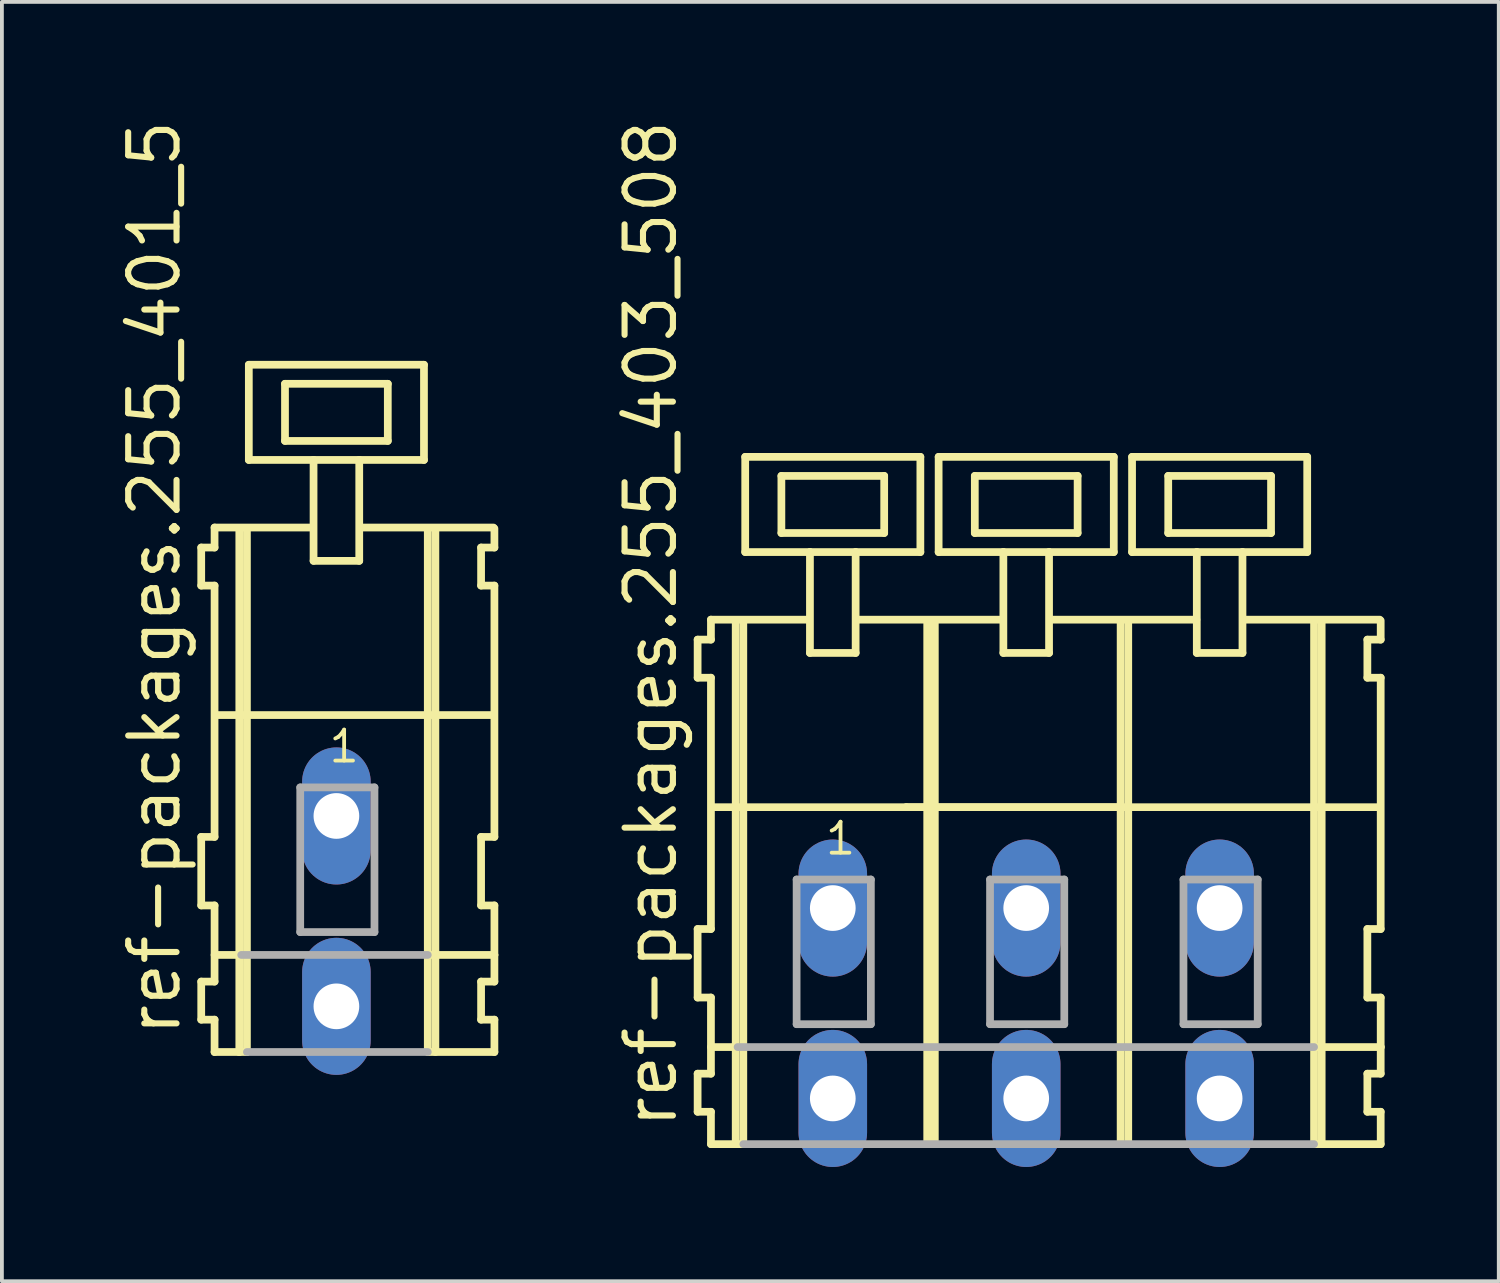
<source format=kicad_pcb>
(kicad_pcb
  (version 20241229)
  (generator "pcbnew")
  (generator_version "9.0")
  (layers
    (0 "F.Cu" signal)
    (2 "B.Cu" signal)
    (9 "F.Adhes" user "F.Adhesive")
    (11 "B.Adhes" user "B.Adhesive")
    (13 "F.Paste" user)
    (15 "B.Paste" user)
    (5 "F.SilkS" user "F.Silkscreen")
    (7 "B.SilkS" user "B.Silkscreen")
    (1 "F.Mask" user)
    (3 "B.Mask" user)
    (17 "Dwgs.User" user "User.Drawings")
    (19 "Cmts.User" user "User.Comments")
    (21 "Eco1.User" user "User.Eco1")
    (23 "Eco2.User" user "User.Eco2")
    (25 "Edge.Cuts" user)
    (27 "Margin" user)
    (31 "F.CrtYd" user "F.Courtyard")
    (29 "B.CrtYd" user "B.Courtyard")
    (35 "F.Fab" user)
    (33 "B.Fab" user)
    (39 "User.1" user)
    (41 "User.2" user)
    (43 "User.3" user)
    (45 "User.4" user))
  (footprint "ref-packages.255_401_5"
    (layer "F.Cu")
    (at 8.285 18.38)
    (property "Reference" "ref-packages.255_401_5" (at -6.535 5.855 90) (layer "F.SilkS") (effects (font (size 1.27 1.27) (thickness 0.16)) (justify left bottom)))
    (attr through_hole)
    (fp_line (start -6.05 -7.05) (end -6.05 -6.05) (stroke (width 0.203) (type default)) (layer "F.SilkS"))
    (fp_line (start -6.05 -6.05) (end -5.7 -6.05) (stroke (width 0.203) (type default)) (layer "F.SilkS"))
    (fp_line (start -6.05 0.55) (end -6.05 2.35) (stroke (width 0.203) (type default)) (layer "F.SilkS"))
    (fp_line (start -6.05 2.35) (end -5.7 2.35) (stroke (width 0.203) (type default)) (layer "F.SilkS"))
    (fp_line (start -6.05 4.35) (end -6.05 5.35) (stroke (width 0.203) (type default)) (layer "F.SilkS"))
    (fp_line (start -6.05 5.35) (end -5.7 5.35) (stroke (width 0.203) (type default)) (layer "F.SilkS"))
    (fp_line (start -5.7 -7.575) (end -5.7 -7.05) (stroke (width 0.203) (type default)) (layer "F.SilkS"))
    (fp_line (start -5.7 -7.575) (end -3.125 -7.575) (stroke (width 0.203) (type default)) (layer "F.SilkS"))
    (fp_line (start -5.7 -7.05) (end -6.05 -7.05) (stroke (width 0.203) (type default)) (layer "F.SilkS"))
    (fp_line (start -5.7 -6.05) (end -5.7 0.55) (stroke (width 0.203) (type default)) (layer "F.SilkS"))
    (fp_line (start -5.7 0.55) (end -6.05 0.55) (stroke (width 0.203) (type default)) (layer "F.SilkS"))
    (fp_line (start -5.7 2.35) (end -5.7 4.35) (stroke (width 0.203) (type default)) (layer "F.SilkS"))
    (fp_line (start -5.7 3.65) (end -5 3.65) (stroke (width 0.203) (type default)) (layer "F.SilkS"))
    (fp_line (start -5.7 4.35) (end -6.05 4.35) (stroke (width 0.203) (type default)) (layer "F.SilkS"))
    (fp_line (start -5.7 5.35) (end -5.7 6.2) (stroke (width 0.203) (type default)) (layer "F.SilkS"))
    (fp_line (start -5.7 6.2) (end -5.05 6.2) (stroke (width 0.203) (type default)) (layer "F.SilkS"))
    (fp_line (start -5.65 -2.65) (end -0.1 -2.65) (stroke (width 0.203) (type default)) (layer "F.SilkS"))
    (fp_line (start -5.05 -7.55) (end -5.05 6.2) (stroke (width 0.203) (type default)) (layer "F.SilkS"))
    (fp_line (start -5.05 6.2) (end -4.85 6.2) (stroke (width 0.203) (type default)) (layer "F.SilkS"))
    (fp_line (start -4.85 -7.55) (end -4.85 6.2) (stroke (width 0.203) (type default)) (layer "F.SilkS"))
    (fp_line (start -4.8 -11.85) (end -4.8 -9.35) (stroke (width 0.203) (type default)) (layer "F.SilkS"))
    (fp_line (start -4.8 -9.35) (end -3.1 -9.35) (stroke (width 0.203) (type default)) (layer "F.SilkS"))
    (fp_line (start -3.85 -11.35) (end -3.85 -9.85) (stroke (width 0.203) (type default)) (layer "F.SilkS"))
    (fp_line (start -3.85 -9.85) (end -1.15 -9.85) (stroke (width 0.203) (type default)) (layer "F.SilkS"))
    (fp_line (start -3.1 -9.35) (end -3.1 -6.7) (stroke (width 0.203) (type default)) (layer "F.SilkS"))
    (fp_line (start -3.1 -9.35) (end -1.9 -9.35) (stroke (width 0.203) (type default)) (layer "F.SilkS"))
    (fp_line (start -3.1 -6.7) (end -1.9 -6.7) (stroke (width 0.203) (type default)) (layer "F.SilkS"))
    (fp_line (start -1.9 -9.35) (end -0.2 -9.35) (stroke (width 0.203) (type default)) (layer "F.SilkS"))
    (fp_line (start -1.9 -6.7) (end -1.9 -9.35) (stroke (width 0.203) (type default)) (layer "F.SilkS"))
    (fp_line (start -1.875 -7.575) (end 1.625 -7.575) (stroke (width 0.203) (type default)) (layer "F.SilkS"))
    (fp_line (start -1.15 -11.35) (end -3.85 -11.35) (stroke (width 0.203) (type default)) (layer "F.SilkS"))
    (fp_line (start -1.15 -9.85) (end -1.15 -11.35) (stroke (width 0.203) (type default)) (layer "F.SilkS"))
    (fp_line (start -0.2 -11.85) (end -4.8 -11.85) (stroke (width 0.203) (type default)) (layer "F.SilkS"))
    (fp_line (start -0.2 -9.35) (end -0.2 -11.85) (stroke (width 0.203) (type default)) (layer "F.SilkS"))
    (fp_line (start -0.1 -7.55) (end -0.1 -2.65) (stroke (width 0.203) (type default)) (layer "F.SilkS"))
    (fp_line (start -0.1 -2.65) (end -0.1 6.2) (stroke (width 0.203) (type default)) (layer "F.SilkS"))
    (fp_line (start -0.1 -2.65) (end 1.6 -2.65) (stroke (width 0.203) (type default)) (layer "F.SilkS"))
    (fp_line (start -0.1 6.2) (end 1.65 6.2) (stroke (width 0.203) (type default)) (layer "F.SilkS"))
    (fp_line (start -0.05 3.65) (end 1.65 3.65) (stroke (width 0.203) (type default)) (layer "F.SilkS"))
    (fp_line (start 0.1 -7.55) (end 0.1 6.2) (stroke (width 0.203) (type default)) (layer "F.SilkS"))
    (fp_line (start 1.3 -7.05) (end 1.3 -6.05) (stroke (width 0.203) (type default)) (layer "F.SilkS"))
    (fp_line (start 1.3 -6.05) (end 1.65 -6.05) (stroke (width 0.203) (type default)) (layer "F.SilkS"))
    (fp_line (start 1.3 0.55) (end 1.3 2.35) (stroke (width 0.203) (type default)) (layer "F.SilkS"))
    (fp_line (start 1.3 2.35) (end 1.65 2.35) (stroke (width 0.203) (type default)) (layer "F.SilkS"))
    (fp_line (start 1.3 4.35) (end 1.3 5.35) (stroke (width 0.203) (type default)) (layer "F.SilkS"))
    (fp_line (start 1.3 5.35) (end 1.65 5.35) (stroke (width 0.203) (type default)) (layer "F.SilkS"))
    (fp_line (start 1.65 -7.05) (end 1.3 -7.05) (stroke (width 0.203) (type default)) (layer "F.SilkS"))
    (fp_line (start 1.65 -7.05) (end 1.65 -7.55) (stroke (width 0.203) (type default)) (layer "F.SilkS"))
    (fp_line (start 1.65 0.55) (end 1.3 0.55) (stroke (width 0.203) (type default)) (layer "F.SilkS"))
    (fp_line (start 1.65 0.55) (end 1.65 -6.05) (stroke (width 0.203) (type default)) (layer "F.SilkS"))
    (fp_line (start 1.65 3.65) (end 1.65 2.35) (stroke (width 0.203) (type default)) (layer "F.SilkS"))
    (fp_line (start 1.65 4.35) (end 1.3 4.35) (stroke (width 0.203) (type default)) (layer "F.SilkS"))
    (fp_line (start 1.65 4.35) (end 1.65 3.65) (stroke (width 0.203) (type default)) (layer "F.SilkS"))
    (fp_line (start 1.65 6.2) (end 1.65 5.35) (stroke (width 0.203) (type default)) (layer "F.SilkS"))
    (fp_line (start -5 3.65) (end -0.1 3.65) (stroke (width 0.203) (type default)) (layer "F.Fab"))
    (fp_line (start -4.85 6.2) (end -0.1 6.2) (stroke (width 0.203) (type default)) (layer "F.Fab"))
    (fp_line (start -3.45 -0.75) (end -3.45 3.05) (stroke (width 0.203) (type default)) (layer "F.Fab"))
    (fp_line (start -3.45 3.05) (end -1.5 3.05) (stroke (width 0.203) (type default)) (layer "F.Fab"))
    (fp_line (start -1.5 -0.75) (end -3.45 -0.75) (stroke (width 0.203) (type default)) (layer "F.Fab"))
    (fp_line (start -1.5 3.05) (end -1.5 -0.75) (stroke (width 0.203) (type default)) (layer "F.Fab"))
    (fp_text user "1" (at -2.75 -1.35 0) (layer "F.SilkS") (effects (font (size 0.813 0.813) (thickness 0.1)) (justify left bottom)))
    (pad "A1" thru_hole oval (at -2.5 0 90) (size 3.6 1.8) (drill 1.2) (layers "*.Cu" "*.Mask"))
    (pad "B1" thru_hole oval (at -2.5 5 90) (size 3.6 1.8) (drill 1.2) (layers "*.Cu" "*.Mask")))
  (footprint "ref-packages.255_403_508"
    (layer "F.Cu")
    (at 21.362 20.799)
    (property "Reference" "ref-packages.255_403_508" (at -6.575 5.855 90) (layer "F.SilkS") (effects (font (size 1.27 1.27) (thickness 0.16)) (justify left bottom)))
    (attr through_hole)
    (fp_line (start -6.09 -7.05) (end -6.09 -6.05) (stroke (width 0.203) (type default)) (layer "F.SilkS"))
    (fp_line (start -6.09 -6.05) (end -5.74 -6.05) (stroke (width 0.203) (type default)) (layer "F.SilkS"))
    (fp_line (start -6.09 0.55) (end -6.09 2.35) (stroke (width 0.203) (type default)) (layer "F.SilkS"))
    (fp_line (start -6.09 2.35) (end -5.74 2.35) (stroke (width 0.203) (type default)) (layer "F.SilkS"))
    (fp_line (start -6.09 4.35) (end -6.09 5.35) (stroke (width 0.203) (type default)) (layer "F.SilkS"))
    (fp_line (start -6.09 5.35) (end -5.74 5.35) (stroke (width 0.203) (type default)) (layer "F.SilkS"))
    (fp_line (start -5.74 -7.575) (end -5.74 -7.05) (stroke (width 0.203) (type default)) (layer "F.SilkS"))
    (fp_line (start -5.74 -7.575) (end -3.165 -7.575) (stroke (width 0.203) (type default)) (layer "F.SilkS"))
    (fp_line (start -5.74 -7.05) (end -6.09 -7.05) (stroke (width 0.203) (type default)) (layer "F.SilkS"))
    (fp_line (start -5.74 -6.05) (end -5.74 0.55) (stroke (width 0.203) (type default)) (layer "F.SilkS"))
    (fp_line (start -5.74 0.55) (end -6.09 0.55) (stroke (width 0.203) (type default)) (layer "F.SilkS"))
    (fp_line (start -5.74 2.35) (end -5.74 4.35) (stroke (width 0.203) (type default)) (layer "F.SilkS"))
    (fp_line (start -5.74 3.65) (end -5.04 3.65) (stroke (width 0.203) (type default)) (layer "F.SilkS"))
    (fp_line (start -5.74 4.35) (end -6.09 4.35) (stroke (width 0.203) (type default)) (layer "F.SilkS"))
    (fp_line (start -5.74 5.35) (end -5.74 6.2) (stroke (width 0.203) (type default)) (layer "F.SilkS"))
    (fp_line (start -5.74 6.2) (end -5.09 6.2) (stroke (width 0.203) (type default)) (layer "F.SilkS"))
    (fp_line (start -5.69 -2.65) (end -0.61 -2.65) (stroke (width 0.203) (type default)) (layer "F.SilkS"))
    (fp_line (start -5.09 -7.55) (end -5.09 6.2) (stroke (width 0.203) (type default)) (layer "F.SilkS"))
    (fp_line (start -5.09 6.2) (end -4.89 6.2) (stroke (width 0.203) (type default)) (layer "F.SilkS"))
    (fp_line (start -4.89 -7.55) (end -4.89 6.2) (stroke (width 0.203) (type default)) (layer "F.SilkS"))
    (fp_line (start -4.84 -11.85) (end -4.84 -9.35) (stroke (width 0.203) (type default)) (layer "F.SilkS"))
    (fp_line (start -4.84 -9.35) (end -3.14 -9.35) (stroke (width 0.203) (type default)) (layer "F.SilkS"))
    (fp_line (start -3.89 -11.35) (end -3.89 -9.85) (stroke (width 0.203) (type default)) (layer "F.SilkS"))
    (fp_line (start -3.89 -9.85) (end -1.19 -9.85) (stroke (width 0.203) (type default)) (layer "F.SilkS"))
    (fp_line (start -3.14 -9.35) (end -3.14 -6.7) (stroke (width 0.203) (type default)) (layer "F.SilkS"))
    (fp_line (start -3.14 -9.35) (end -1.94 -9.35) (stroke (width 0.203) (type default)) (layer "F.SilkS"))
    (fp_line (start -3.14 -6.7) (end -1.94 -6.7) (stroke (width 0.203) (type default)) (layer "F.SilkS"))
    (fp_line (start -1.94 -9.35) (end -0.24 -9.35) (stroke (width 0.203) (type default)) (layer "F.SilkS"))
    (fp_line (start -1.94 -6.7) (end -1.94 -9.35) (stroke (width 0.203) (type default)) (layer "F.SilkS"))
    (fp_line (start -1.915 -7.575) (end 1.919 -7.575) (stroke (width 0.203) (type default)) (layer "F.SilkS"))
    (fp_line (start -1.19 -11.35) (end -3.89 -11.35) (stroke (width 0.203) (type default)) (layer "F.SilkS"))
    (fp_line (start -1.19 -9.85) (end -1.19 -11.35) (stroke (width 0.203) (type default)) (layer "F.SilkS"))
    (fp_line (start -0.61 -2.65) (end -0.06 -2.65) (stroke (width 0.203) (type default)) (layer "F.SilkS"))
    (fp_line (start -0.61 -2.65) (end 5.02 -2.65) (stroke (width 0.203) (type default)) (layer "F.SilkS"))
    (fp_line (start -0.24 -11.85) (end -4.84 -11.85) (stroke (width 0.203) (type default)) (layer "F.SilkS"))
    (fp_line (start -0.24 -9.35) (end -0.24 -11.85) (stroke (width 0.203) (type default)) (layer "F.SilkS"))
    (fp_line (start -0.06 -7.55) (end -0.06 -2.65) (stroke (width 0.203) (type default)) (layer "F.SilkS"))
    (fp_line (start -0.06 -2.65) (end -0.06 6.2) (stroke (width 0.203) (type default)) (layer "F.SilkS"))
    (fp_line (start -0.06 -2.65) (end 5.02 -2.65) (stroke (width 0.203) (type default)) (layer "F.SilkS"))
    (fp_line (start 0.14 -7.55) (end 0.14 6.2) (stroke (width 0.203) (type default)) (layer "F.SilkS"))
    (fp_line (start 0.24 -11.85) (end 0.24 -9.35) (stroke (width 0.203) (type default)) (layer "F.SilkS"))
    (fp_line (start 0.24 -9.35) (end 1.94 -9.35) (stroke (width 0.203) (type default)) (layer "F.SilkS"))
    (fp_line (start 1.19 -11.35) (end 1.19 -9.85) (stroke (width 0.203) (type default)) (layer "F.SilkS"))
    (fp_line (start 1.19 -9.85) (end 3.89 -9.85) (stroke (width 0.203) (type default)) (layer "F.SilkS"))
    (fp_line (start 1.94 -9.35) (end 1.94 -6.7) (stroke (width 0.203) (type default)) (layer "F.SilkS"))
    (fp_line (start 1.94 -9.35) (end 3.14 -9.35) (stroke (width 0.203) (type default)) (layer "F.SilkS"))
    (fp_line (start 1.94 -6.7) (end 3.14 -6.7) (stroke (width 0.203) (type default)) (layer "F.SilkS"))
    (fp_line (start 3.14 -9.35) (end 4.84 -9.35) (stroke (width 0.203) (type default)) (layer "F.SilkS"))
    (fp_line (start 3.14 -6.7) (end 3.14 -9.35) (stroke (width 0.203) (type default)) (layer "F.SilkS"))
    (fp_line (start 3.165 -7.575) (end 7.01 -7.575) (stroke (width 0.203) (type default)) (layer "F.SilkS"))
    (fp_line (start 3.89 -11.35) (end 1.19 -11.35) (stroke (width 0.203) (type default)) (layer "F.SilkS"))
    (fp_line (start 3.89 -9.85) (end 3.89 -11.35) (stroke (width 0.203) (type default)) (layer "F.SilkS"))
    (fp_line (start 4.84 -11.85) (end 0.24 -11.85) (stroke (width 0.203) (type default)) (layer "F.SilkS"))
    (fp_line (start 4.84 -9.35) (end 4.84 -11.85) (stroke (width 0.203) (type default)) (layer "F.SilkS"))
    (fp_line (start 5.02 -7.55) (end 5.02 -2.65) (stroke (width 0.203) (type default)) (layer "F.SilkS"))
    (fp_line (start 5.02 -2.65) (end 5.02 6.2) (stroke (width 0.203) (type default)) (layer "F.SilkS"))
    (fp_line (start 5.02 -2.65) (end 10.1 -2.65) (stroke (width 0.203) (type default)) (layer "F.SilkS"))
    (fp_line (start 5.22 -7.55) (end 5.22 6.2) (stroke (width 0.203) (type default)) (layer "F.SilkS"))
    (fp_line (start 5.32 -11.85) (end 5.32 -9.35) (stroke (width 0.203) (type default)) (layer "F.SilkS"))
    (fp_line (start 5.32 -9.35) (end 7.02 -9.35) (stroke (width 0.203) (type default)) (layer "F.SilkS"))
    (fp_line (start 6.27 -11.35) (end 6.27 -9.85) (stroke (width 0.203) (type default)) (layer "F.SilkS"))
    (fp_line (start 6.27 -9.85) (end 8.97 -9.85) (stroke (width 0.203) (type default)) (layer "F.SilkS"))
    (fp_line (start 7.02 -9.35) (end 7.02 -6.7) (stroke (width 0.203) (type default)) (layer "F.SilkS"))
    (fp_line (start 7.02 -9.35) (end 8.22 -9.35) (stroke (width 0.203) (type default)) (layer "F.SilkS"))
    (fp_line (start 7.02 -6.7) (end 8.22 -6.7) (stroke (width 0.203) (type default)) (layer "F.SilkS"))
    (fp_line (start 8.22 -9.35) (end 9.92 -9.35) (stroke (width 0.203) (type default)) (layer "F.SilkS"))
    (fp_line (start 8.22 -6.7) (end 8.22 -9.35) (stroke (width 0.203) (type default)) (layer "F.SilkS"))
    (fp_line (start 8.23 -7.575) (end 11.825 -7.575) (stroke (width 0.203) (type default)) (layer "F.SilkS"))
    (fp_line (start 8.97 -11.35) (end 6.27 -11.35) (stroke (width 0.203) (type default)) (layer "F.SilkS"))
    (fp_line (start 8.97 -9.85) (end 8.97 -11.35) (stroke (width 0.203) (type default)) (layer "F.SilkS"))
    (fp_line (start 9.92 -11.85) (end 5.32 -11.85) (stroke (width 0.203) (type default)) (layer "F.SilkS"))
    (fp_line (start 9.92 -9.35) (end 9.92 -11.85) (stroke (width 0.203) (type default)) (layer "F.SilkS"))
    (fp_line (start 10.1 -7.55) (end 10.1 -2.65) (stroke (width 0.203) (type default)) (layer "F.SilkS"))
    (fp_line (start 10.1 -2.65) (end 10.1 6.2) (stroke (width 0.203) (type default)) (layer "F.SilkS"))
    (fp_line (start 10.1 -2.65) (end 11.8 -2.65) (stroke (width 0.203) (type default)) (layer "F.SilkS"))
    (fp_line (start 10.1 6.2) (end 11.85 6.2) (stroke (width 0.203) (type default)) (layer "F.SilkS"))
    (fp_line (start 10.15 3.65) (end 11.85 3.65) (stroke (width 0.203) (type default)) (layer "F.SilkS"))
    (fp_line (start 10.3 -7.55) (end 10.3 6.2) (stroke (width 0.203) (type default)) (layer "F.SilkS"))
    (fp_line (start 11.5 -7.05) (end 11.5 -6.05) (stroke (width 0.203) (type default)) (layer "F.SilkS"))
    (fp_line (start 11.5 -6.05) (end 11.85 -6.05) (stroke (width 0.203) (type default)) (layer "F.SilkS"))
    (fp_line (start 11.5 0.55) (end 11.5 2.35) (stroke (width 0.203) (type default)) (layer "F.SilkS"))
    (fp_line (start 11.5 2.35) (end 11.85 2.35) (stroke (width 0.203) (type default)) (layer "F.SilkS"))
    (fp_line (start 11.5 4.35) (end 11.5 5.35) (stroke (width 0.203) (type default)) (layer "F.SilkS"))
    (fp_line (start 11.5 5.35) (end 11.85 5.35) (stroke (width 0.203) (type default)) (layer "F.SilkS"))
    (fp_line (start 11.85 -7.05) (end 11.5 -7.05) (stroke (width 0.203) (type default)) (layer "F.SilkS"))
    (fp_line (start 11.85 -7.05) (end 11.85 -7.55) (stroke (width 0.203) (type default)) (layer "F.SilkS"))
    (fp_line (start 11.85 0.55) (end 11.5 0.55) (stroke (width 0.203) (type default)) (layer "F.SilkS"))
    (fp_line (start 11.85 0.55) (end 11.85 -6.05) (stroke (width 0.203) (type default)) (layer "F.SilkS"))
    (fp_line (start 11.85 3.65) (end 11.85 2.35) (stroke (width 0.203) (type default)) (layer "F.SilkS"))
    (fp_line (start 11.85 4.35) (end 11.5 4.35) (stroke (width 0.203) (type default)) (layer "F.SilkS"))
    (fp_line (start 11.85 4.35) (end 11.85 3.65) (stroke (width 0.203) (type default)) (layer "F.SilkS"))
    (fp_line (start 11.85 6.2) (end 11.85 5.35) (stroke (width 0.203) (type default)) (layer "F.SilkS"))
    (fp_line (start -5.04 3.65) (end 10.1 3.65) (stroke (width 0.203) (type default)) (layer "F.Fab"))
    (fp_line (start -4.89 6.2) (end 10.1 6.2) (stroke (width 0.203) (type default)) (layer "F.Fab"))
    (fp_line (start -3.49 -0.75) (end -3.49 3.05) (stroke (width 0.203) (type default)) (layer "F.Fab"))
    (fp_line (start -3.49 3.05) (end -1.54 3.05) (stroke (width 0.203) (type default)) (layer "F.Fab"))
    (fp_line (start -1.54 -0.75) (end -3.49 -0.75) (stroke (width 0.203) (type default)) (layer "F.Fab"))
    (fp_line (start -1.54 3.05) (end -1.54 -0.75) (stroke (width 0.203) (type default)) (layer "F.Fab"))
    (fp_line (start 1.59 -0.75) (end 1.59 3.05) (stroke (width 0.203) (type default)) (layer "F.Fab"))
    (fp_line (start 1.59 3.05) (end 3.54 3.05) (stroke (width 0.203) (type default)) (layer "F.Fab"))
    (fp_line (start 3.54 -0.75) (end 1.59 -0.75) (stroke (width 0.203) (type default)) (layer "F.Fab"))
    (fp_line (start 3.54 3.05) (end 3.54 -0.75) (stroke (width 0.203) (type default)) (layer "F.Fab"))
    (fp_line (start 6.67 -0.75) (end 6.67 3.05) (stroke (width 0.203) (type default)) (layer "F.Fab"))
    (fp_line (start 6.67 3.05) (end 8.62 3.05) (stroke (width 0.203) (type default)) (layer "F.Fab"))
    (fp_line (start 8.62 -0.75) (end 6.67 -0.75) (stroke (width 0.203) (type default)) (layer "F.Fab"))
    (fp_line (start 8.62 3.05) (end 8.62 -0.75) (stroke (width 0.203) (type default)) (layer "F.Fab"))
    (fp_text user "1" (at -2.79 -1.35 0) (layer "F.SilkS") (effects (font (size 0.813 0.813) (thickness 0.1)) (justify left bottom)))
    (pad "A1" thru_hole oval (at -2.54 0 90) (size 3.6 1.8) (drill 1.2) (layers "*.Cu" "*.Mask"))
    (pad "A2" thru_hole oval (at 2.54 0 90) (size 3.6 1.8) (drill 1.2) (layers "*.Cu" "*.Mask"))
    (pad "A3" thru_hole oval (at 7.62 0 90) (size 3.6 1.8) (drill 1.2) (layers "*.Cu" "*.Mask"))
    (pad "B1" thru_hole oval (at -2.54 5 90) (size 3.6 1.8) (drill 1.2) (layers "*.Cu" "*.Mask"))
    (pad "B2" thru_hole oval (at 2.54 5 90) (size 3.6 1.8) (drill 1.2) (layers "*.Cu" "*.Mask"))
    (pad "B3" thru_hole oval (at 7.62 5 90) (size 3.6 1.8) (drill 1.2) (layers "*.Cu" "*.Mask")))
  (gr_rect
    (start -3 -3)
    (end 36.313 30.599)
    (stroke (width 0.1) (type default))
    (fill no)
    (layer "Edge.Cuts")))
</source>
